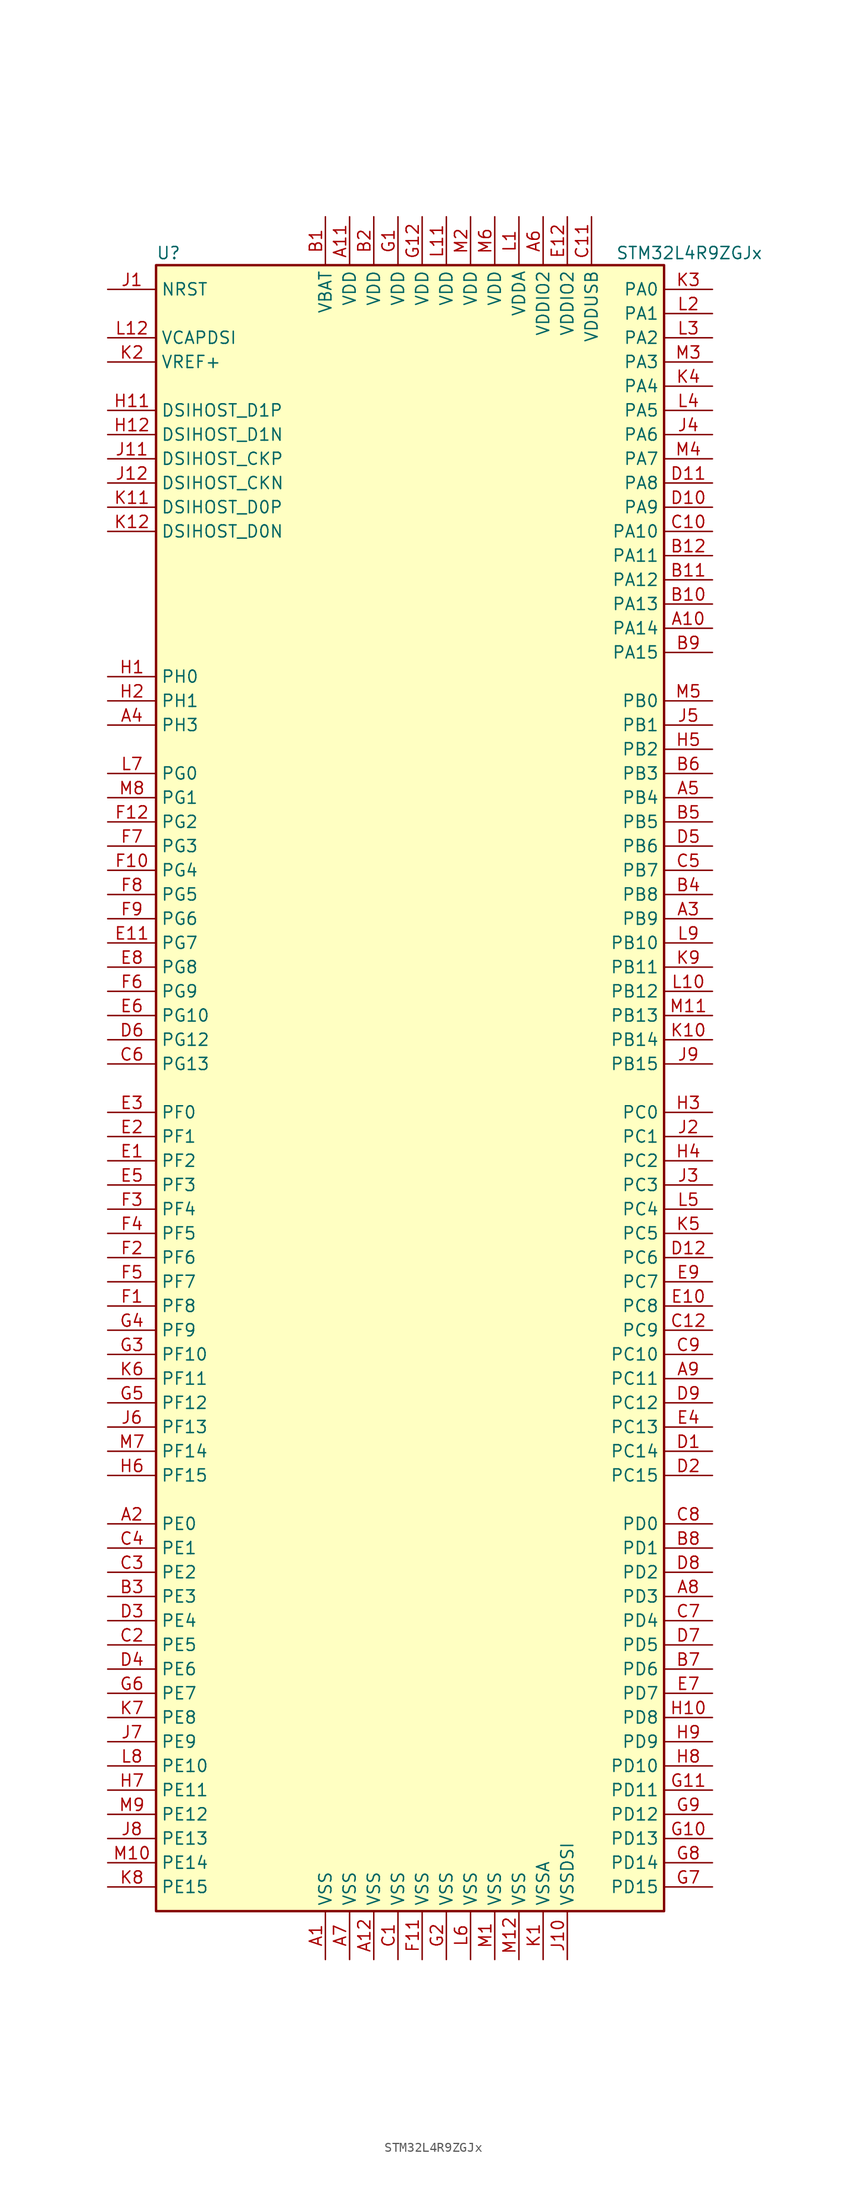
<source format=kicad_sym>
(kicad_symbol_lib
  (version 20201005)
  (generator kicad_symbol_editor)
  (symbol "MCU_ST_STM32L4+:STM32L4R9ZGJx"
    (property "Reference" "U"
      (at -27.94 87.63 0)
      (effects (font (size 1.27 1.27)) (justify left)))
    (property "Value" "STM32L4R9ZGJx"
      (at 20.32 87.63 0)
      (effects (font (size 1.27 1.27)) (justify left)))
    (symbol "STM32L4R9ZGJx_0_1"
      (rectangle (start -27.94 -86.36) (end 25.4 86.36) (stroke (width 0.254)) (fill (type background))))
    (symbol "STM32L4R9ZGJx_1_1"
      (pin bidirectional line (at -33.02 63.5 0) (length 5.08) (name "DSIHOST_CKN" (effects (font (size 1.27 1.27)))) (number "J12" (effects (font (size 1.27 1.27)))))
      (pin bidirectional line (at -33.02 66.04 0) (length 5.08) (name "DSIHOST_CKP" (effects (font (size 1.27 1.27)))) (number "J11" (effects (font (size 1.27 1.27)))))
      (pin bidirectional line (at -33.02 58.42 0) (length 5.08) (name "DSIHOST_D0N" (effects (font (size 1.27 1.27)))) (number "K12" (effects (font (size 1.27 1.27)))))
      (pin bidirectional line (at -33.02 60.96 0) (length 5.08) (name "DSIHOST_D0P" (effects (font (size 1.27 1.27)))) (number "K11" (effects (font (size 1.27 1.27)))))
      (pin bidirectional line (at -33.02 68.58 0) (length 5.08) (name "DSIHOST_D1N" (effects (font (size 1.27 1.27)))) (number "H12" (effects (font (size 1.27 1.27)))))
      (pin bidirectional line (at -33.02 71.12 0) (length 5.08) (name "DSIHOST_D1P" (effects (font (size 1.27 1.27)))) (number "H11" (effects (font (size 1.27 1.27)))))
      (pin input line (at -33.02 83.82 0) (length 5.08) (name "NRST" (effects (font (size 1.27 1.27)))) (number "J1" (effects (font (size 1.27 1.27)))))
      (pin bidirectional line (at 30.48 83.82 180) (length 5.08) (name "PA0" (effects (font (size 1.27 1.27)))) (number "K3" (effects (font (size 1.27 1.27)))))
      (pin bidirectional line (at 30.48 81.28 180) (length 5.08) (name "PA1" (effects (font (size 1.27 1.27)))) (number "L2" (effects (font (size 1.27 1.27)))))
      (pin bidirectional line (at 30.48 58.42 180) (length 5.08) (name "PA10" (effects (font (size 1.27 1.27)))) (number "C10" (effects (font (size 1.27 1.27)))))
      (pin bidirectional line (at 30.48 55.88 180) (length 5.08) (name "PA11" (effects (font (size 1.27 1.27)))) (number "B12" (effects (font (size 1.27 1.27)))))
      (pin bidirectional line (at 30.48 53.34 180) (length 5.08) (name "PA12" (effects (font (size 1.27 1.27)))) (number "B11" (effects (font (size 1.27 1.27)))))
      (pin bidirectional line (at 30.48 50.8 180) (length 5.08) (name "PA13" (effects (font (size 1.27 1.27)))) (number "B10" (effects (font (size 1.27 1.27)))))
      (pin bidirectional line (at 30.48 48.26 180) (length 5.08) (name "PA14" (effects (font (size 1.27 1.27)))) (number "A10" (effects (font (size 1.27 1.27)))))
      (pin bidirectional line (at 30.48 45.72 180) (length 5.08) (name "PA15" (effects (font (size 1.27 1.27)))) (number "B9" (effects (font (size 1.27 1.27)))))
      (pin bidirectional line (at 30.48 78.74 180) (length 5.08) (name "PA2" (effects (font (size 1.27 1.27)))) (number "L3" (effects (font (size 1.27 1.27)))))
      (pin bidirectional line (at 30.48 76.2 180) (length 5.08) (name "PA3" (effects (font (size 1.27 1.27)))) (number "M3" (effects (font (size 1.27 1.27)))))
      (pin bidirectional line (at 30.48 73.66 180) (length 5.08) (name "PA4" (effects (font (size 1.27 1.27)))) (number "K4" (effects (font (size 1.27 1.27)))))
      (pin bidirectional line (at 30.48 71.12 180) (length 5.08) (name "PA5" (effects (font (size 1.27 1.27)))) (number "L4" (effects (font (size 1.27 1.27)))))
      (pin bidirectional line (at 30.48 68.58 180) (length 5.08) (name "PA6" (effects (font (size 1.27 1.27)))) (number "J4" (effects (font (size 1.27 1.27)))))
      (pin bidirectional line (at 30.48 66.04 180) (length 5.08) (name "PA7" (effects (font (size 1.27 1.27)))) (number "M4" (effects (font (size 1.27 1.27)))))
      (pin bidirectional line (at 30.48 63.5 180) (length 5.08) (name "PA8" (effects (font (size 1.27 1.27)))) (number "D11" (effects (font (size 1.27 1.27)))))
      (pin bidirectional line (at 30.48 60.96 180) (length 5.08) (name "PA9" (effects (font (size 1.27 1.27)))) (number "D10" (effects (font (size 1.27 1.27)))))
      (pin bidirectional line (at 30.48 40.64 180) (length 5.08) (name "PB0" (effects (font (size 1.27 1.27)))) (number "M5" (effects (font (size 1.27 1.27)))))
      (pin bidirectional line (at 30.48 38.1 180) (length 5.08) (name "PB1" (effects (font (size 1.27 1.27)))) (number "J5" (effects (font (size 1.27 1.27)))))
      (pin bidirectional line (at 30.48 15.24 180) (length 5.08) (name "PB10" (effects (font (size 1.27 1.27)))) (number "L9" (effects (font (size 1.27 1.27)))))
      (pin bidirectional line (at 30.48 12.7 180) (length 5.08) (name "PB11" (effects (font (size 1.27 1.27)))) (number "K9" (effects (font (size 1.27 1.27)))))
      (pin bidirectional line (at 30.48 10.16 180) (length 5.08) (name "PB12" (effects (font (size 1.27 1.27)))) (number "L10" (effects (font (size 1.27 1.27)))))
      (pin bidirectional line (at 30.48 7.62 180) (length 5.08) (name "PB13" (effects (font (size 1.27 1.27)))) (number "M11" (effects (font (size 1.27 1.27)))))
      (pin bidirectional line (at 30.48 5.08 180) (length 5.08) (name "PB14" (effects (font (size 1.27 1.27)))) (number "K10" (effects (font (size 1.27 1.27)))))
      (pin bidirectional line (at 30.48 2.54 180) (length 5.08) (name "PB15" (effects (font (size 1.27 1.27)))) (number "J9" (effects (font (size 1.27 1.27)))))
      (pin bidirectional line (at 30.48 35.56 180) (length 5.08) (name "PB2" (effects (font (size 1.27 1.27)))) (number "H5" (effects (font (size 1.27 1.27)))))
      (pin bidirectional line (at 30.48 33.02 180) (length 5.08) (name "PB3" (effects (font (size 1.27 1.27)))) (number "B6" (effects (font (size 1.27 1.27)))))
      (pin bidirectional line (at 30.48 30.48 180) (length 5.08) (name "PB4" (effects (font (size 1.27 1.27)))) (number "A5" (effects (font (size 1.27 1.27)))))
      (pin bidirectional line (at 30.48 27.94 180) (length 5.08) (name "PB5" (effects (font (size 1.27 1.27)))) (number "B5" (effects (font (size 1.27 1.27)))))
      (pin bidirectional line (at 30.48 25.4 180) (length 5.08) (name "PB6" (effects (font (size 1.27 1.27)))) (number "D5" (effects (font (size 1.27 1.27)))))
      (pin bidirectional line (at 30.48 22.86 180) (length 5.08) (name "PB7" (effects (font (size 1.27 1.27)))) (number "C5" (effects (font (size 1.27 1.27)))))
      (pin bidirectional line (at 30.48 20.32 180) (length 5.08) (name "PB8" (effects (font (size 1.27 1.27)))) (number "B4" (effects (font (size 1.27 1.27)))))
      (pin bidirectional line (at 30.48 17.78 180) (length 5.08) (name "PB9" (effects (font (size 1.27 1.27)))) (number "A3" (effects (font (size 1.27 1.27)))))
      (pin bidirectional line (at 30.48 -2.54 180) (length 5.08) (name "PC0" (effects (font (size 1.27 1.27)))) (number "H3" (effects (font (size 1.27 1.27)))))
      (pin bidirectional line (at 30.48 -5.08 180) (length 5.08) (name "PC1" (effects (font (size 1.27 1.27)))) (number "J2" (effects (font (size 1.27 1.27)))))
      (pin bidirectional line (at 30.48 -27.94 180) (length 5.08) (name "PC10" (effects (font (size 1.27 1.27)))) (number "C9" (effects (font (size 1.27 1.27)))))
      (pin bidirectional line (at 30.48 -30.48 180) (length 5.08) (name "PC11" (effects (font (size 1.27 1.27)))) (number "A9" (effects (font (size 1.27 1.27)))))
      (pin bidirectional line (at 30.48 -33.02 180) (length 5.08) (name "PC12" (effects (font (size 1.27 1.27)))) (number "D9" (effects (font (size 1.27 1.27)))))
      (pin bidirectional line (at 30.48 -35.56 180) (length 5.08) (name "PC13" (effects (font (size 1.27 1.27)))) (number "E4" (effects (font (size 1.27 1.27)))))
      (pin bidirectional line (at 30.48 -38.1 180) (length 5.08) (name "PC14" (effects (font (size 1.27 1.27)))) (number "D1" (effects (font (size 1.27 1.27)))))
      (pin bidirectional line (at 30.48 -40.64 180) (length 5.08) (name "PC15" (effects (font (size 1.27 1.27)))) (number "D2" (effects (font (size 1.27 1.27)))))
      (pin bidirectional line (at 30.48 -7.62 180) (length 5.08) (name "PC2" (effects (font (size 1.27 1.27)))) (number "H4" (effects (font (size 1.27 1.27)))))
      (pin bidirectional line (at 30.48 -10.16 180) (length 5.08) (name "PC3" (effects (font (size 1.27 1.27)))) (number "J3" (effects (font (size 1.27 1.27)))))
      (pin bidirectional line (at 30.48 -12.7 180) (length 5.08) (name "PC4" (effects (font (size 1.27 1.27)))) (number "L5" (effects (font (size 1.27 1.27)))))
      (pin bidirectional line (at 30.48 -15.24 180) (length 5.08) (name "PC5" (effects (font (size 1.27 1.27)))) (number "K5" (effects (font (size 1.27 1.27)))))
      (pin bidirectional line (at 30.48 -17.78 180) (length 5.08) (name "PC6" (effects (font (size 1.27 1.27)))) (number "D12" (effects (font (size 1.27 1.27)))))
      (pin bidirectional line (at 30.48 -20.32 180) (length 5.08) (name "PC7" (effects (font (size 1.27 1.27)))) (number "E9" (effects (font (size 1.27 1.27)))))
      (pin bidirectional line (at 30.48 -22.86 180) (length 5.08) (name "PC8" (effects (font (size 1.27 1.27)))) (number "E10" (effects (font (size 1.27 1.27)))))
      (pin bidirectional line (at 30.48 -25.4 180) (length 5.08) (name "PC9" (effects (font (size 1.27 1.27)))) (number "C12" (effects (font (size 1.27 1.27)))))
      (pin bidirectional line (at 30.48 -45.72 180) (length 5.08) (name "PD0" (effects (font (size 1.27 1.27)))) (number "C8" (effects (font (size 1.27 1.27)))))
      (pin bidirectional line (at 30.48 -48.26 180) (length 5.08) (name "PD1" (effects (font (size 1.27 1.27)))) (number "B8" (effects (font (size 1.27 1.27)))))
      (pin bidirectional line (at 30.48 -71.12 180) (length 5.08) (name "PD10" (effects (font (size 1.27 1.27)))) (number "H8" (effects (font (size 1.27 1.27)))))
      (pin bidirectional line (at 30.48 -73.66 180) (length 5.08) (name "PD11" (effects (font (size 1.27 1.27)))) (number "G11" (effects (font (size 1.27 1.27)))))
      (pin bidirectional line (at 30.48 -76.2 180) (length 5.08) (name "PD12" (effects (font (size 1.27 1.27)))) (number "G9" (effects (font (size 1.27 1.27)))))
      (pin bidirectional line (at 30.48 -78.74 180) (length 5.08) (name "PD13" (effects (font (size 1.27 1.27)))) (number "G10" (effects (font (size 1.27 1.27)))))
      (pin bidirectional line (at 30.48 -81.28 180) (length 5.08) (name "PD14" (effects (font (size 1.27 1.27)))) (number "G8" (effects (font (size 1.27 1.27)))))
      (pin bidirectional line (at 30.48 -83.82 180) (length 5.08) (name "PD15" (effects (font (size 1.27 1.27)))) (number "G7" (effects (font (size 1.27 1.27)))))
      (pin bidirectional line (at 30.48 -50.8 180) (length 5.08) (name "PD2" (effects (font (size 1.27 1.27)))) (number "D8" (effects (font (size 1.27 1.27)))))
      (pin bidirectional line (at 30.48 -53.34 180) (length 5.08) (name "PD3" (effects (font (size 1.27 1.27)))) (number "A8" (effects (font (size 1.27 1.27)))))
      (pin bidirectional line (at 30.48 -55.88 180) (length 5.08) (name "PD4" (effects (font (size 1.27 1.27)))) (number "C7" (effects (font (size 1.27 1.27)))))
      (pin bidirectional line (at 30.48 -58.42 180) (length 5.08) (name "PD5" (effects (font (size 1.27 1.27)))) (number "D7" (effects (font (size 1.27 1.27)))))
      (pin bidirectional line (at 30.48 -60.96 180) (length 5.08) (name "PD6" (effects (font (size 1.27 1.27)))) (number "B7" (effects (font (size 1.27 1.27)))))
      (pin bidirectional line (at 30.48 -63.5 180) (length 5.08) (name "PD7" (effects (font (size 1.27 1.27)))) (number "E7" (effects (font (size 1.27 1.27)))))
      (pin bidirectional line (at 30.48 -66.04 180) (length 5.08) (name "PD8" (effects (font (size 1.27 1.27)))) (number "H10" (effects (font (size 1.27 1.27)))))
      (pin bidirectional line (at 30.48 -68.58 180) (length 5.08) (name "PD9" (effects (font (size 1.27 1.27)))) (number "H9" (effects (font (size 1.27 1.27)))))
      (pin bidirectional line (at -33.02 -45.72 0) (length 5.08) (name "PE0" (effects (font (size 1.27 1.27)))) (number "A2" (effects (font (size 1.27 1.27)))))
      (pin bidirectional line (at -33.02 -48.26 0) (length 5.08) (name "PE1" (effects (font (size 1.27 1.27)))) (number "C4" (effects (font (size 1.27 1.27)))))
      (pin bidirectional line (at -33.02 -71.12 0) (length 5.08) (name "PE10" (effects (font (size 1.27 1.27)))) (number "L8" (effects (font (size 1.27 1.27)))))
      (pin bidirectional line (at -33.02 -73.66 0) (length 5.08) (name "PE11" (effects (font (size 1.27 1.27)))) (number "H7" (effects (font (size 1.27 1.27)))))
      (pin bidirectional line (at -33.02 -76.2 0) (length 5.08) (name "PE12" (effects (font (size 1.27 1.27)))) (number "M9" (effects (font (size 1.27 1.27)))))
      (pin bidirectional line (at -33.02 -78.74 0) (length 5.08) (name "PE13" (effects (font (size 1.27 1.27)))) (number "J8" (effects (font (size 1.27 1.27)))))
      (pin bidirectional line (at -33.02 -81.28 0) (length 5.08) (name "PE14" (effects (font (size 1.27 1.27)))) (number "M10" (effects (font (size 1.27 1.27)))))
      (pin bidirectional line (at -33.02 -83.82 0) (length 5.08) (name "PE15" (effects (font (size 1.27 1.27)))) (number "K8" (effects (font (size 1.27 1.27)))))
      (pin bidirectional line (at -33.02 -50.8 0) (length 5.08) (name "PE2" (effects (font (size 1.27 1.27)))) (number "C3" (effects (font (size 1.27 1.27)))))
      (pin bidirectional line (at -33.02 -53.34 0) (length 5.08) (name "PE3" (effects (font (size 1.27 1.27)))) (number "B3" (effects (font (size 1.27 1.27)))))
      (pin bidirectional line (at -33.02 -55.88 0) (length 5.08) (name "PE4" (effects (font (size 1.27 1.27)))) (number "D3" (effects (font (size 1.27 1.27)))))
      (pin bidirectional line (at -33.02 -58.42 0) (length 5.08) (name "PE5" (effects (font (size 1.27 1.27)))) (number "C2" (effects (font (size 1.27 1.27)))))
      (pin bidirectional line (at -33.02 -60.96 0) (length 5.08) (name "PE6" (effects (font (size 1.27 1.27)))) (number "D4" (effects (font (size 1.27 1.27)))))
      (pin bidirectional line (at -33.02 -63.5 0) (length 5.08) (name "PE7" (effects (font (size 1.27 1.27)))) (number "G6" (effects (font (size 1.27 1.27)))))
      (pin bidirectional line (at -33.02 -66.04 0) (length 5.08) (name "PE8" (effects (font (size 1.27 1.27)))) (number "K7" (effects (font (size 1.27 1.27)))))
      (pin bidirectional line (at -33.02 -68.58 0) (length 5.08) (name "PE9" (effects (font (size 1.27 1.27)))) (number "J7" (effects (font (size 1.27 1.27)))))
      (pin bidirectional line (at -33.02 -2.54 0) (length 5.08) (name "PF0" (effects (font (size 1.27 1.27)))) (number "E3" (effects (font (size 1.27 1.27)))))
      (pin bidirectional line (at -33.02 -5.08 0) (length 5.08) (name "PF1" (effects (font (size 1.27 1.27)))) (number "E2" (effects (font (size 1.27 1.27)))))
      (pin bidirectional line (at -33.02 -27.94 0) (length 5.08) (name "PF10" (effects (font (size 1.27 1.27)))) (number "G3" (effects (font (size 1.27 1.27)))))
      (pin bidirectional line (at -33.02 -30.48 0) (length 5.08) (name "PF11" (effects (font (size 1.27 1.27)))) (number "K6" (effects (font (size 1.27 1.27)))))
      (pin bidirectional line (at -33.02 -33.02 0) (length 5.08) (name "PF12" (effects (font (size 1.27 1.27)))) (number "G5" (effects (font (size 1.27 1.27)))))
      (pin bidirectional line (at -33.02 -35.56 0) (length 5.08) (name "PF13" (effects (font (size 1.27 1.27)))) (number "J6" (effects (font (size 1.27 1.27)))))
      (pin bidirectional line (at -33.02 -38.1 0) (length 5.08) (name "PF14" (effects (font (size 1.27 1.27)))) (number "M7" (effects (font (size 1.27 1.27)))))
      (pin bidirectional line (at -33.02 -40.64 0) (length 5.08) (name "PF15" (effects (font (size 1.27 1.27)))) (number "H6" (effects (font (size 1.27 1.27)))))
      (pin bidirectional line (at -33.02 -7.62 0) (length 5.08) (name "PF2" (effects (font (size 1.27 1.27)))) (number "E1" (effects (font (size 1.27 1.27)))))
      (pin bidirectional line (at -33.02 -10.16 0) (length 5.08) (name "PF3" (effects (font (size 1.27 1.27)))) (number "E5" (effects (font (size 1.27 1.27)))))
      (pin bidirectional line (at -33.02 -12.7 0) (length 5.08) (name "PF4" (effects (font (size 1.27 1.27)))) (number "F3" (effects (font (size 1.27 1.27)))))
      (pin bidirectional line (at -33.02 -15.24 0) (length 5.08) (name "PF5" (effects (font (size 1.27 1.27)))) (number "F4" (effects (font (size 1.27 1.27)))))
      (pin bidirectional line (at -33.02 -17.78 0) (length 5.08) (name "PF6" (effects (font (size 1.27 1.27)))) (number "F2" (effects (font (size 1.27 1.27)))))
      (pin bidirectional line (at -33.02 -20.32 0) (length 5.08) (name "PF7" (effects (font (size 1.27 1.27)))) (number "F5" (effects (font (size 1.27 1.27)))))
      (pin bidirectional line (at -33.02 -22.86 0) (length 5.08) (name "PF8" (effects (font (size 1.27 1.27)))) (number "F1" (effects (font (size 1.27 1.27)))))
      (pin bidirectional line (at -33.02 -25.4 0) (length 5.08) (name "PF9" (effects (font (size 1.27 1.27)))) (number "G4" (effects (font (size 1.27 1.27)))))
      (pin bidirectional line (at -33.02 33.02 0) (length 5.08) (name "PG0" (effects (font (size 1.27 1.27)))) (number "L7" (effects (font (size 1.27 1.27)))))
      (pin bidirectional line (at -33.02 30.48 0) (length 5.08) (name "PG1" (effects (font (size 1.27 1.27)))) (number "M8" (effects (font (size 1.27 1.27)))))
      (pin bidirectional line (at -33.02 7.62 0) (length 5.08) (name "PG10" (effects (font (size 1.27 1.27)))) (number "E6" (effects (font (size 1.27 1.27)))))
      (pin bidirectional line (at -33.02 5.08 0) (length 5.08) (name "PG12" (effects (font (size 1.27 1.27)))) (number "D6" (effects (font (size 1.27 1.27)))))
      (pin bidirectional line (at -33.02 2.54 0) (length 5.08) (name "PG13" (effects (font (size 1.27 1.27)))) (number "C6" (effects (font (size 1.27 1.27)))))
      (pin bidirectional line (at -33.02 27.94 0) (length 5.08) (name "PG2" (effects (font (size 1.27 1.27)))) (number "F12" (effects (font (size 1.27 1.27)))))
      (pin bidirectional line (at -33.02 25.4 0) (length 5.08) (name "PG3" (effects (font (size 1.27 1.27)))) (number "F7" (effects (font (size 1.27 1.27)))))
      (pin bidirectional line (at -33.02 22.86 0) (length 5.08) (name "PG4" (effects (font (size 1.27 1.27)))) (number "F10" (effects (font (size 1.27 1.27)))))
      (pin bidirectional line (at -33.02 20.32 0) (length 5.08) (name "PG5" (effects (font (size 1.27 1.27)))) (number "F8" (effects (font (size 1.27 1.27)))))
      (pin bidirectional line (at -33.02 17.78 0) (length 5.08) (name "PG6" (effects (font (size 1.27 1.27)))) (number "F9" (effects (font (size 1.27 1.27)))))
      (pin bidirectional line (at -33.02 15.24 0) (length 5.08) (name "PG7" (effects (font (size 1.27 1.27)))) (number "E11" (effects (font (size 1.27 1.27)))))
      (pin bidirectional line (at -33.02 12.7 0) (length 5.08) (name "PG8" (effects (font (size 1.27 1.27)))) (number "E8" (effects (font (size 1.27 1.27)))))
      (pin bidirectional line (at -33.02 10.16 0) (length 5.08) (name "PG9" (effects (font (size 1.27 1.27)))) (number "F6" (effects (font (size 1.27 1.27)))))
      (pin input line (at -33.02 43.18 0) (length 5.08) (name "PH0" (effects (font (size 1.27 1.27)))) (number "H1" (effects (font (size 1.27 1.27)))))
      (pin input line (at -33.02 40.64 0) (length 5.08) (name "PH1" (effects (font (size 1.27 1.27)))) (number "H2" (effects (font (size 1.27 1.27)))))
      (pin bidirectional line (at -33.02 38.1 0) (length 5.08) (name "PH3" (effects (font (size 1.27 1.27)))) (number "A4" (effects (font (size 1.27 1.27)))))
      (pin power_in line (at -10.16 91.44 270) (length 5.08) (name "VBAT" (effects (font (size 1.27 1.27)))) (number "B1" (effects (font (size 1.27 1.27)))))
      (pin power_in line (at -33.02 78.74 0) (length 5.08) (name "VCAPDSI" (effects (font (size 1.27 1.27)))) (number "L12" (effects (font (size 1.27 1.27)))))
      (pin power_in line (at -7.62 91.44 270) (length 5.08) (name "VDD" (effects (font (size 1.27 1.27)))) (number "A11" (effects (font (size 1.27 1.27)))))
      (pin power_in line (at -5.08 91.44 270) (length 5.08) (name "VDD" (effects (font (size 1.27 1.27)))) (number "B2" (effects (font (size 1.27 1.27)))))
      (pin power_in line (at -2.54 91.44 270) (length 5.08) (name "VDD" (effects (font (size 1.27 1.27)))) (number "G1" (effects (font (size 1.27 1.27)))))
      (pin power_in line (at 0 91.44 270) (length 5.08) (name "VDD" (effects (font (size 1.27 1.27)))) (number "G12" (effects (font (size 1.27 1.27)))))
      (pin power_in line (at 2.54 91.44 270) (length 5.08) (name "VDD" (effects (font (size 1.27 1.27)))) (number "L11" (effects (font (size 1.27 1.27)))))
      (pin power_in line (at 5.08 91.44 270) (length 5.08) (name "VDD" (effects (font (size 1.27 1.27)))) (number "M2" (effects (font (size 1.27 1.27)))))
      (pin power_in line (at 7.62 91.44 270) (length 5.08) (name "VDD" (effects (font (size 1.27 1.27)))) (number "M6" (effects (font (size 1.27 1.27)))))
      (pin power_in line (at 10.16 91.44 270) (length 5.08) (name "VDDA" (effects (font (size 1.27 1.27)))) (number "L1" (effects (font (size 1.27 1.27)))))
      (pin power_in line (at 12.7 91.44 270) (length 5.08) (name "VDDIO2" (effects (font (size 1.27 1.27)))) (number "A6" (effects (font (size 1.27 1.27)))))
      (pin power_in line (at 15.24 91.44 270) (length 5.08) (name "VDDIO2" (effects (font (size 1.27 1.27)))) (number "E12" (effects (font (size 1.27 1.27)))))
      (pin power_in line (at 17.78 91.44 270) (length 5.08) (name "VDDUSB" (effects (font (size 1.27 1.27)))) (number "C11" (effects (font (size 1.27 1.27)))))
      (pin bidirectional line (at -33.02 76.2 0) (length 5.08) (name "VREF+" (effects (font (size 1.27 1.27)))) (number "K2" (effects (font (size 1.27 1.27)))))
      (pin power_in line (at -10.16 -91.44 90) (length 5.08) (name "VSS" (effects (font (size 1.27 1.27)))) (number "A1" (effects (font (size 1.27 1.27)))))
      (pin power_in line (at -5.08 -91.44 90) (length 5.08) (name "VSS" (effects (font (size 1.27 1.27)))) (number "A12" (effects (font (size 1.27 1.27)))))
      (pin power_in line (at -7.62 -91.44 90) (length 5.08) (name "VSS" (effects (font (size 1.27 1.27)))) (number "A7" (effects (font (size 1.27 1.27)))))
      (pin power_in line (at -2.54 -91.44 90) (length 5.08) (name "VSS" (effects (font (size 1.27 1.27)))) (number "C1" (effects (font (size 1.27 1.27)))))
      (pin power_in line (at 0 -91.44 90) (length 5.08) (name "VSS" (effects (font (size 1.27 1.27)))) (number "F11" (effects (font (size 1.27 1.27)))))
      (pin power_in line (at 2.54 -91.44 90) (length 5.08) (name "VSS" (effects (font (size 1.27 1.27)))) (number "G2" (effects (font (size 1.27 1.27)))))
      (pin power_in line (at 5.08 -91.44 90) (length 5.08) (name "VSS" (effects (font (size 1.27 1.27)))) (number "L6" (effects (font (size 1.27 1.27)))))
      (pin power_in line (at 7.62 -91.44 90) (length 5.08) (name "VSS" (effects (font (size 1.27 1.27)))) (number "M1" (effects (font (size 1.27 1.27)))))
      (pin power_in line (at 10.16 -91.44 90) (length 5.08) (name "VSS" (effects (font (size 1.27 1.27)))) (number "M12" (effects (font (size 1.27 1.27)))))
      (pin power_in line (at 12.7 -91.44 90) (length 5.08) (name "VSSA" (effects (font (size 1.27 1.27)))) (number "K1" (effects (font (size 1.27 1.27)))))
      (pin power_in line (at 15.24 -91.44 90) (length 5.08) (name "VSSDSI" (effects (font (size 1.27 1.27)))) (number "J10" (effects (font (size 1.27 1.27))))))))
</source>
